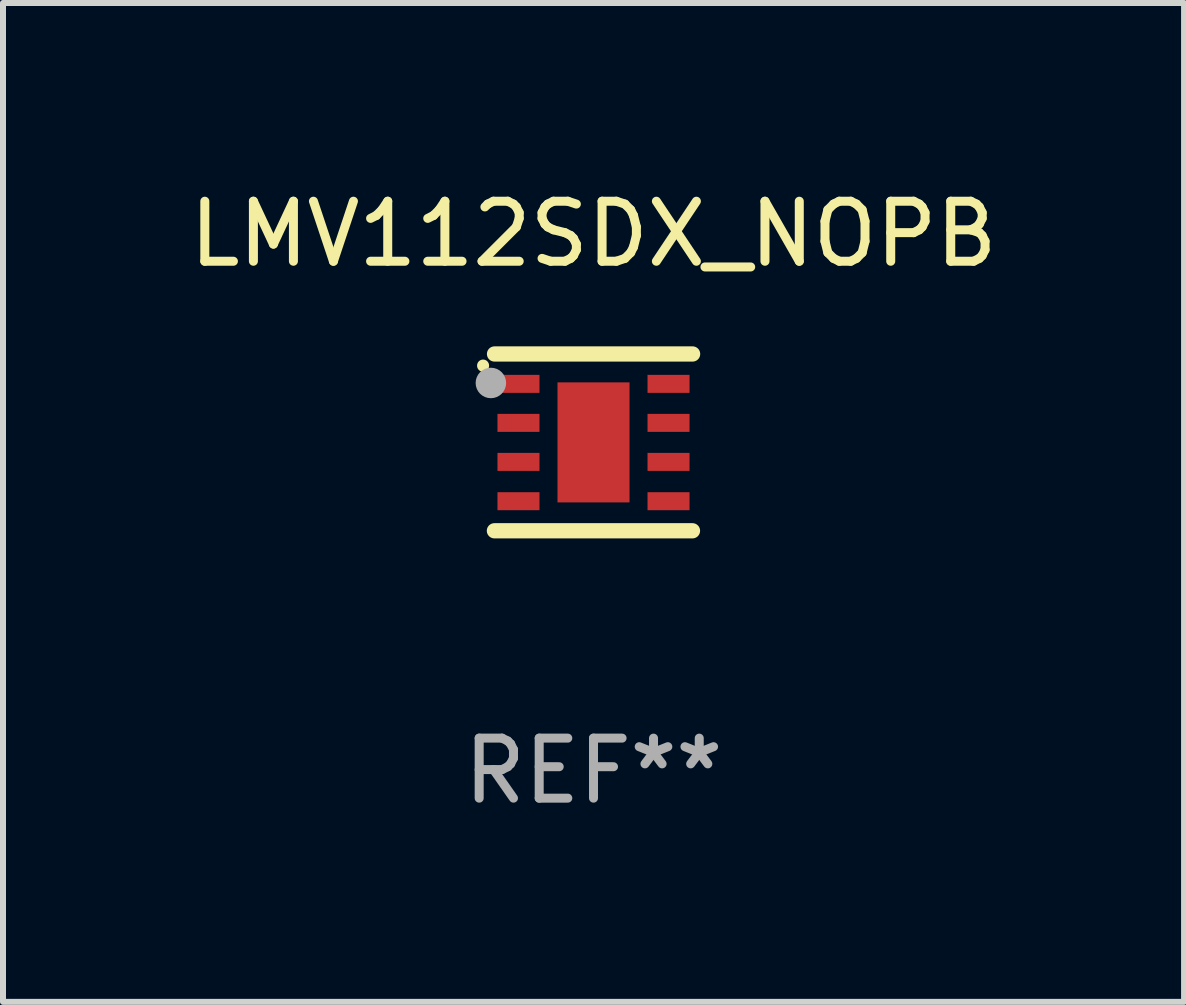
<source format=kicad_pcb>
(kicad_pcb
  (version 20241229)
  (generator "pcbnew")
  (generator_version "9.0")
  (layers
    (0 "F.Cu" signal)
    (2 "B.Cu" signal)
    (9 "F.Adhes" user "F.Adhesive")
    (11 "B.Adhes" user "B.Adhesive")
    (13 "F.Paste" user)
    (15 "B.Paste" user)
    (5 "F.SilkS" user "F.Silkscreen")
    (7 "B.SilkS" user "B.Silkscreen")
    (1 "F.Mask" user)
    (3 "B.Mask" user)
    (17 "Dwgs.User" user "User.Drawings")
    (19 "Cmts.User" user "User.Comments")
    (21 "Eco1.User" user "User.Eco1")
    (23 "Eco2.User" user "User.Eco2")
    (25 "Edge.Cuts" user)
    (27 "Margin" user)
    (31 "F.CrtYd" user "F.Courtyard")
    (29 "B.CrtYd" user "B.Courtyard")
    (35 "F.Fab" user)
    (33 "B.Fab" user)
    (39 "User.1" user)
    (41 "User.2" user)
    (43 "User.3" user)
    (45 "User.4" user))
  (footprint "LMV112SDX_NOPB"
    (layer "F.Cu")
    (at 6.839 4.321)
    (property "Reference" "LMV112SDX_NOPB" (at 0 -3.473 0) (layer "F.SilkS") (effects (font (size 1 1) (thickness 0.15))))
    (attr through_hole)
    (fp_line (start -1.649 -1.473) (end 1.651 -1.473) (stroke (width 0.254) (type solid)) (layer "F.SilkS"))
    (fp_line (start 1.649 1.473) (end -1.651 1.473) (stroke (width 0.254) (type solid)) (layer "F.SilkS"))
    (fp_arc (start -1.840005 -1.27747) (mid -1.840013 -1.27874) (end -1.840005 -1.28001) (stroke (width 0.2) (type solid)) (layer "F.SilkS"))
    (fp_circle (center -1.5 -1.5) (end -1.47 -1.5) (stroke (width 0.06) (type solid)) (fill no) (layer "F.SilkS"))
    (fp_circle (center -1.71 -0.99) (end -1.583 -0.99) (stroke (width 0.254) (type solid)) (fill no) (layer "F.Fab"))
    (fp_text user "REF**" (at 0 5.473 0) (layer "F.Fab") (effects (font (size 1 1) (thickness 0.15))))
    (pad "1" smd rect (at -1.25 -0.975 270) (size 0.3 0.7) (layers "F.Cu" "F.Mask" "F.Paste"))
    (pad "2" smd rect (at -1.25 -0.325 270) (size 0.3 0.7) (layers "F.Cu" "F.Mask" "F.Paste"))
    (pad "3" smd rect (at -1.25 0.325 270) (size 0.3 0.7) (layers "F.Cu" "F.Mask" "F.Paste"))
    (pad "4" smd rect (at -1.25 0.98 270) (size 0.3 0.7) (layers "F.Cu" "F.Mask" "F.Paste"))
    (pad "5" smd rect (at 1.25 0.98 90) (size 0.3 0.7) (layers "F.Cu" "F.Mask" "F.Paste"))
    (pad "6" smd rect (at 1.25 0.325 90) (size 0.3 0.7) (layers "F.Cu" "F.Mask" "F.Paste"))
    (pad "7" smd rect (at 1.25 -0.325 90) (size 0.3 0.7) (layers "F.Cu" "F.Mask" "F.Paste"))
    (pad "8" smd rect (at 1.25 -0.975 90) (size 0.3 0.7) (layers "F.Cu" "F.Mask" "F.Paste"))
    (pad "9" smd rect (at 0 0 270) (size 2 1.2) (layers "F.Cu" "F.Mask" "F.Paste")))
  (gr_rect
    (start -3 -3)
    (end 16.679 13.643)
    (stroke (width 0.1) (type default))
    (fill no)
    (layer "Edge.Cuts")))
</source>
